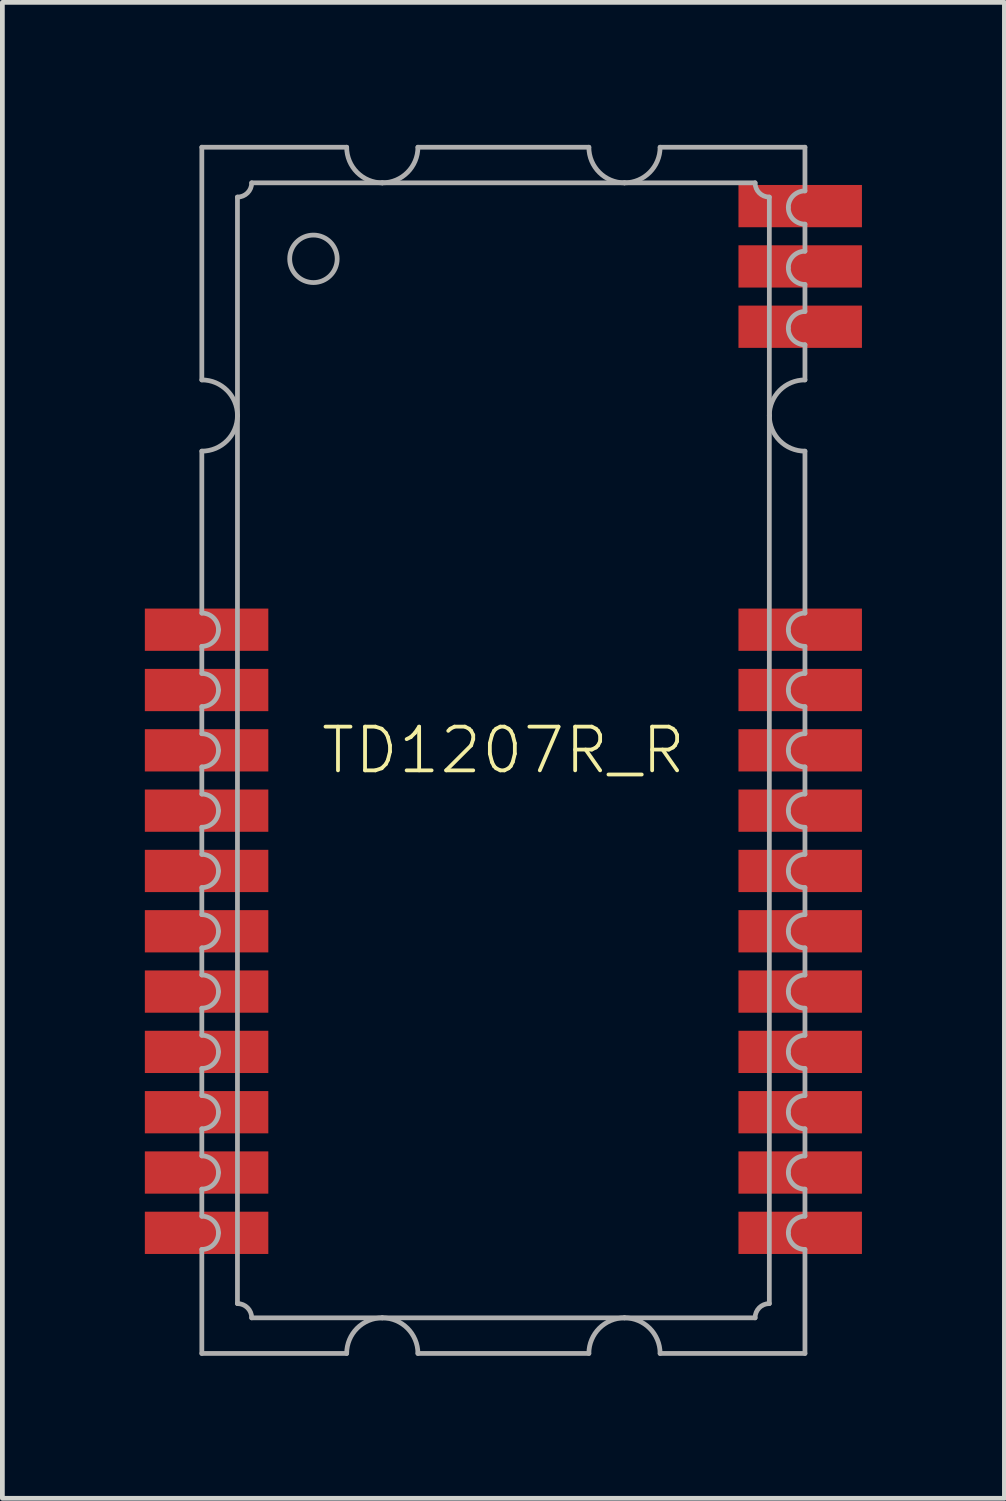
<source format=kicad_pcb>
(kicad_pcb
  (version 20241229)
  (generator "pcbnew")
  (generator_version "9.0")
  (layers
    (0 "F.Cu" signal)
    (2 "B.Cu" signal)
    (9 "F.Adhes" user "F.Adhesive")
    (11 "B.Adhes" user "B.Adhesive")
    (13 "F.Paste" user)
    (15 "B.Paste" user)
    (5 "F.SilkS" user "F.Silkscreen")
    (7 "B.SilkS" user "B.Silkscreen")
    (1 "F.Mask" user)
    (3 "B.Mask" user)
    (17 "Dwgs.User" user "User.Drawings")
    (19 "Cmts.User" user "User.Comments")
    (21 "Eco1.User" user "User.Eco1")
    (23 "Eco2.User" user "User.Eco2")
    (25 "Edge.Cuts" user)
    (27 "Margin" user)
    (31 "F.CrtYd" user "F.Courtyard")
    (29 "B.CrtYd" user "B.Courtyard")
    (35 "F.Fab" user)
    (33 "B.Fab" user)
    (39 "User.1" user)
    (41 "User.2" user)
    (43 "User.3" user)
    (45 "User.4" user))
  (footprint "TD1207R_R"
    (layer "F.Cu")
    (at 7.55 12.75)
    (property "Reference" "TD1207R_R" (at 0 0 0) (unlocked yes) (layer "F.SilkS") (effects (font (size 0.92 0.92) (thickness 0.08))))
    (fp_poly (pts (xy -4.95 -2.095) (xy -7.55 -2.095) (xy -7.55 -2.985) (xy -4.95 -2.985)) (stroke (width 0) (type default)) (fill yes) (layer "F.Paste"))
    (fp_poly (pts (xy -4.95 -0.825) (xy -7.55 -0.825) (xy -7.55 -1.715) (xy -4.95 -1.715)) (stroke (width 0) (type default)) (fill yes) (layer "F.Paste"))
    (fp_poly (pts (xy -4.95 0.445) (xy -7.55 0.445) (xy -7.55 -0.445) (xy -4.95 -0.445)) (stroke (width 0) (type default)) (fill yes) (layer "F.Paste"))
    (fp_poly (pts (xy -4.95 1.715) (xy -7.55 1.715) (xy -7.55 0.825) (xy -4.95 0.825)) (stroke (width 0) (type default)) (fill yes) (layer "F.Paste"))
    (fp_poly (pts (xy -4.95 2.985) (xy -7.55 2.985) (xy -7.55 2.095) (xy -4.95 2.095)) (stroke (width 0) (type default)) (fill yes) (layer "F.Paste"))
    (fp_poly (pts (xy -4.95 4.255) (xy -7.55 4.255) (xy -7.55 3.365) (xy -4.95 3.365)) (stroke (width 0) (type default)) (fill yes) (layer "F.Paste"))
    (fp_poly (pts (xy -4.95 5.525) (xy -7.55 5.525) (xy -7.55 4.635) (xy -4.95 4.635)) (stroke (width 0) (type default)) (fill yes) (layer "F.Paste"))
    (fp_poly (pts (xy -4.95 6.795) (xy -7.55 6.795) (xy -7.55 5.905) (xy -4.95 5.905)) (stroke (width 0) (type default)) (fill yes) (layer "F.Paste"))
    (fp_poly (pts (xy -4.95 8.065) (xy -7.55 8.065) (xy -7.55 7.175) (xy -4.95 7.175)) (stroke (width 0) (type default)) (fill yes) (layer "F.Paste"))
    (fp_poly (pts (xy -4.95 9.335) (xy -7.55 9.335) (xy -7.55 8.445) (xy -4.95 8.445)) (stroke (width 0) (type default)) (fill yes) (layer "F.Paste"))
    (fp_poly (pts (xy -4.95 10.605) (xy -7.55 10.605) (xy -7.55 9.715) (xy -4.95 9.715)) (stroke (width 0) (type default)) (fill yes) (layer "F.Paste"))
    (fp_poly (pts (xy 7.55 -11.015) (xy 4.95 -11.015) (xy 4.95 -11.905) (xy 7.55 -11.905)) (stroke (width 0) (type default)) (fill yes) (layer "F.Paste"))
    (fp_poly (pts (xy 7.55 -9.745) (xy 4.95 -9.745) (xy 4.95 -10.635) (xy 7.55 -10.635)) (stroke (width 0) (type default)) (fill yes) (layer "F.Paste"))
    (fp_poly (pts (xy 7.55 -8.475) (xy 4.95 -8.475) (xy 4.95 -9.365) (xy 7.55 -9.365)) (stroke (width 0) (type default)) (fill yes) (layer "F.Paste"))
    (fp_poly (pts (xy 7.55 -2.095) (xy 4.95 -2.095) (xy 4.95 -2.985) (xy 7.55 -2.985)) (stroke (width 0) (type default)) (fill yes) (layer "F.Paste"))
    (fp_poly (pts (xy 7.55 -0.825) (xy 4.95 -0.825) (xy 4.95 -1.715) (xy 7.55 -1.715)) (stroke (width 0) (type default)) (fill yes) (layer "F.Paste"))
    (fp_poly (pts (xy 7.55 0.445) (xy 4.95 0.445) (xy 4.95 -0.445) (xy 7.55 -0.445)) (stroke (width 0) (type default)) (fill yes) (layer "F.Paste"))
    (fp_poly (pts (xy 7.55 1.715) (xy 4.95 1.715) (xy 4.95 0.825) (xy 7.55 0.825)) (stroke (width 0) (type default)) (fill yes) (layer "F.Paste"))
    (fp_poly (pts (xy 7.55 2.985) (xy 4.95 2.985) (xy 4.95 2.095) (xy 7.55 2.095)) (stroke (width 0) (type default)) (fill yes) (layer "F.Paste"))
    (fp_poly (pts (xy 7.55 4.255) (xy 4.95 4.255) (xy 4.95 3.365) (xy 7.55 3.365)) (stroke (width 0) (type default)) (fill yes) (layer "F.Paste"))
    (fp_poly (pts (xy 7.55 5.525) (xy 4.95 5.525) (xy 4.95 4.635) (xy 7.55 4.635)) (stroke (width 0) (type default)) (fill yes) (layer "F.Paste"))
    (fp_poly (pts (xy 7.55 6.795) (xy 4.95 6.795) (xy 4.95 5.905) (xy 7.55 5.905)) (stroke (width 0) (type default)) (fill yes) (layer "F.Paste"))
    (fp_poly (pts (xy 7.55 8.065) (xy 4.95 8.065) (xy 4.95 7.175) (xy 7.55 7.175)) (stroke (width 0) (type default)) (fill yes) (layer "F.Paste"))
    (fp_poly (pts (xy 7.55 9.335) (xy 4.95 9.335) (xy 4.95 8.445) (xy 7.55 8.445)) (stroke (width 0) (type default)) (fill yes) (layer "F.Paste"))
    (fp_poly (pts (xy 7.55 10.605) (xy 4.95 10.605) (xy 4.95 9.715) (xy 7.55 9.715)) (stroke (width 0) (type default)) (fill yes) (layer "F.Paste"))
    (fp_line (start -6.35 -12.7) (end -3.3 -12.7) (stroke (width 0.1) (type solid)) (layer "F.Fab"))
    (fp_line (start -6.35 -7.8) (end -6.35 -12.7) (stroke (width 0.1) (type solid)) (layer "F.Fab"))
    (fp_line (start -6.35 -2.89) (end -6.35 -6.3) (stroke (width 0.1) (type solid)) (layer "F.Fab"))
    (fp_line (start -6.35 -1.62) (end -6.35 -2.19) (stroke (width 0.1) (type solid)) (layer "F.Fab"))
    (fp_line (start -6.35 -0.35) (end -6.35 -0.92) (stroke (width 0.1) (type solid)) (layer "F.Fab"))
    (fp_line (start -6.35 0.92) (end -6.35 0.35) (stroke (width 0.1) (type solid)) (layer "F.Fab"))
    (fp_line (start -6.35 2.19) (end -6.35 1.62) (stroke (width 0.1) (type solid)) (layer "F.Fab"))
    (fp_line (start -6.35 3.46) (end -6.35 2.89) (stroke (width 0.1) (type solid)) (layer "F.Fab"))
    (fp_line (start -6.35 4.73) (end -6.35 4.16) (stroke (width 0.1) (type solid)) (layer "F.Fab"))
    (fp_line (start -6.35 6) (end -6.35 5.43) (stroke (width 0.1) (type solid)) (layer "F.Fab"))
    (fp_line (start -6.35 7.27) (end -6.35 6.7) (stroke (width 0.1) (type solid)) (layer "F.Fab"))
    (fp_line (start -6.35 8.54) (end -6.35 7.97) (stroke (width 0.1) (type solid)) (layer "F.Fab"))
    (fp_line (start -6.35 9.81) (end -6.35 9.24) (stroke (width 0.1) (type solid)) (layer "F.Fab"))
    (fp_line (start -6.35 12.7) (end -6.35 10.51) (stroke (width 0.1) (type solid)) (layer "F.Fab"))
    (fp_line (start -6.35 12.7) (end -3.3 12.7) (stroke (width 0.1) (type solid)) (layer "F.Fab"))
    (fp_line (start -5.6 -7.05) (end -5.6 -11.65) (stroke (width 0.1) (type solid)) (layer "F.Fab"))
    (fp_line (start -5.6 11.65) (end -5.6 -7.05) (stroke (width 0.1) (type solid)) (layer "F.Fab"))
    (fp_line (start -5.3 -11.95) (end -2.55 -11.95) (stroke (width 0.1) (type solid)) (layer "F.Fab"))
    (fp_line (start -2.55 -11.95) (end 2.55 -11.95) (stroke (width 0.1) (type solid)) (layer "F.Fab"))
    (fp_line (start -2.55 11.95) (end -5.3 11.95) (stroke (width 0.1) (type solid)) (layer "F.Fab"))
    (fp_line (start -1.8 -12.7) (end 1.8 -12.7) (stroke (width 0.1) (type solid)) (layer "F.Fab"))
    (fp_line (start -1.8 12.7) (end 1.8 12.7) (stroke (width 0.1) (type solid)) (layer "F.Fab"))
    (fp_line (start 2.55 -11.95) (end 5.3 -11.95) (stroke (width 0.1) (type solid)) (layer "F.Fab"))
    (fp_line (start 2.55 11.95) (end -2.55 11.95) (stroke (width 0.1) (type solid)) (layer "F.Fab"))
    (fp_line (start 3.3 -12.7) (end 6.35 -12.7) (stroke (width 0.1) (type solid)) (layer "F.Fab"))
    (fp_line (start 3.3 12.7) (end 6.35 12.7) (stroke (width 0.1) (type solid)) (layer "F.Fab"))
    (fp_line (start 5.3 11.95) (end 2.55 11.95) (stroke (width 0.1) (type solid)) (layer "F.Fab"))
    (fp_line (start 5.6 -11.65) (end 5.6 -7.05) (stroke (width 0.1) (type solid)) (layer "F.Fab"))
    (fp_line (start 5.6 -7.05) (end 5.6 11.65) (stroke (width 0.1) (type solid)) (layer "F.Fab"))
    (fp_line (start 6.35 -11.78) (end 6.35 -12.7) (stroke (width 0.1) (type solid)) (layer "F.Fab"))
    (fp_line (start 6.35 -10.51) (end 6.35 -11.08) (stroke (width 0.1) (type solid)) (layer "F.Fab"))
    (fp_line (start 6.35 -9.24) (end 6.35 -9.81) (stroke (width 0.1) (type solid)) (layer "F.Fab"))
    (fp_line (start 6.35 -7.8) (end 6.35 -8.54) (stroke (width 0.1) (type solid)) (layer "F.Fab"))
    (fp_line (start 6.35 -2.89) (end 6.35 -6.3) (stroke (width 0.1) (type solid)) (layer "F.Fab"))
    (fp_line (start 6.35 -1.62) (end 6.35 -2.19) (stroke (width 0.1) (type solid)) (layer "F.Fab"))
    (fp_line (start 6.35 -0.35) (end 6.35 -0.92) (stroke (width 0.1) (type solid)) (layer "F.Fab"))
    (fp_line (start 6.35 0.92) (end 6.35 0.35) (stroke (width 0.1) (type solid)) (layer "F.Fab"))
    (fp_line (start 6.35 2.19) (end 6.35 1.62) (stroke (width 0.1) (type solid)) (layer "F.Fab"))
    (fp_line (start 6.35 3.46) (end 6.35 2.89) (stroke (width 0.1) (type solid)) (layer "F.Fab"))
    (fp_line (start 6.35 4.73) (end 6.35 4.16) (stroke (width 0.1) (type solid)) (layer "F.Fab"))
    (fp_line (start 6.35 6) (end 6.35 5.43) (stroke (width 0.1) (type solid)) (layer "F.Fab"))
    (fp_line (start 6.35 7.27) (end 6.35 6.7) (stroke (width 0.1) (type solid)) (layer "F.Fab"))
    (fp_line (start 6.35 8.54) (end 6.35 7.97) (stroke (width 0.1) (type solid)) (layer "F.Fab"))
    (fp_line (start 6.35 9.81) (end 6.35 9.24) (stroke (width 0.1) (type solid)) (layer "F.Fab"))
    (fp_line (start 6.35 12.7) (end 6.35 10.51) (stroke (width 0.1) (type solid)) (layer "F.Fab"))
    (fp_arc (start -6.35 -7.8) (mid -5.81967 -7.58033) (end -5.6 -7.05) (stroke (width 0.1) (type solid)) (layer "F.Fab"))
    (fp_arc (start -6.35 -2.89) (mid -6.102513 -2.787487) (end -6 -2.54) (stroke (width 0.1) (type solid)) (layer "F.Fab"))
    (fp_arc (start -6.35 -1.62) (mid -6.102513 -1.517487) (end -6 -1.27) (stroke (width 0.1) (type solid)) (layer "F.Fab"))
    (fp_arc (start -6.35 -0.35) (mid -6.102513 -0.247487) (end -6 0) (stroke (width 0.1) (type solid)) (layer "F.Fab"))
    (fp_arc (start -6.35 0.92) (mid -6.102513 1.022513) (end -6 1.27) (stroke (width 0.1) (type solid)) (layer "F.Fab"))
    (fp_arc (start -6.35 2.19) (mid -6.102513 2.292513) (end -6 2.54) (stroke (width 0.1) (type solid)) (layer "F.Fab"))
    (fp_arc (start -6.35 3.46) (mid -6.102513 3.562513) (end -6 3.81) (stroke (width 0.1) (type solid)) (layer "F.Fab"))
    (fp_arc (start -6.35 4.73) (mid -6.102513 4.832513) (end -6 5.08) (stroke (width 0.1) (type solid)) (layer "F.Fab"))
    (fp_arc (start -6.35 6) (mid -6.102513 6.102513) (end -6 6.35) (stroke (width 0.1) (type solid)) (layer "F.Fab"))
    (fp_arc (start -6.35 7.27) (mid -6.102513 7.372513) (end -6 7.62) (stroke (width 0.1) (type solid)) (layer "F.Fab"))
    (fp_arc (start -6.35 8.54) (mid -6.102513 8.642513) (end -6 8.89) (stroke (width 0.1) (type solid)) (layer "F.Fab"))
    (fp_arc (start -6.35 9.81) (mid -6.102513 9.912513) (end -6 10.16) (stroke (width 0.1) (type solid)) (layer "F.Fab"))
    (fp_arc (start -6 -2.54) (mid -6.102513 -2.292513) (end -6.35 -2.19) (stroke (width 0.1) (type solid)) (layer "F.Fab"))
    (fp_arc (start -6 -1.27) (mid -6.102513 -1.022513) (end -6.35 -0.92) (stroke (width 0.1) (type solid)) (layer "F.Fab"))
    (fp_arc (start -6 0) (mid -6.102513 0.247487) (end -6.35 0.35) (stroke (width 0.1) (type solid)) (layer "F.Fab"))
    (fp_arc (start -6 1.27) (mid -6.102513 1.517487) (end -6.35 1.62) (stroke (width 0.1) (type solid)) (layer "F.Fab"))
    (fp_arc (start -6 2.54) (mid -6.102513 2.787487) (end -6.35 2.89) (stroke (width 0.1) (type solid)) (layer "F.Fab"))
    (fp_arc (start -6 3.81) (mid -6.102513 4.057487) (end -6.35 4.16) (stroke (width 0.1) (type solid)) (layer "F.Fab"))
    (fp_arc (start -6 5.08) (mid -6.102513 5.327487) (end -6.35 5.43) (stroke (width 0.1) (type solid)) (layer "F.Fab"))
    (fp_arc (start -6 6.35) (mid -6.102513 6.597487) (end -6.35 6.7) (stroke (width 0.1) (type solid)) (layer "F.Fab"))
    (fp_arc (start -6 7.62) (mid -6.102513 7.867487) (end -6.35 7.97) (stroke (width 0.1) (type solid)) (layer "F.Fab"))
    (fp_arc (start -6 8.89) (mid -6.102513 9.137487) (end -6.35 9.24) (stroke (width 0.1) (type solid)) (layer "F.Fab"))
    (fp_arc (start -6 10.16) (mid -6.102513 10.407487) (end -6.35 10.51) (stroke (width 0.1) (type solid)) (layer "F.Fab"))
    (fp_arc (start -5.6 -7.05) (mid -5.81967 -6.51967) (end -6.35 -6.3) (stroke (width 0.1) (type solid)) (layer "F.Fab"))
    (fp_arc (start -5.6 11.65) (mid -5.387868 11.737868) (end -5.3 11.95) (stroke (width 0.1) (type solid)) (layer "F.Fab"))
    (fp_arc (start -5.3 -11.95) (mid -5.387868 -11.737868) (end -5.6 -11.65) (stroke (width 0.1) (type solid)) (layer "F.Fab"))
    (fp_arc (start -3.3 12.7) (mid -3.08033 12.16967) (end -2.55 11.95) (stroke (width 0.1) (type solid)) (layer "F.Fab"))
    (fp_arc (start -2.55 -11.95) (mid -3.08033 -12.16967) (end -3.3 -12.7) (stroke (width 0.1) (type solid)) (layer "F.Fab"))
    (fp_arc (start -2.55 11.95) (mid -2.01967 12.16967) (end -1.8 12.7) (stroke (width 0.1) (type solid)) (layer "F.Fab"))
    (fp_arc (start -1.8 -12.7) (mid -2.01967 -12.16967) (end -2.55 -11.95) (stroke (width 0.1) (type solid)) (layer "F.Fab"))
    (fp_arc (start 1.8 12.7) (mid 2.01967 12.16967) (end 2.55 11.95) (stroke (width 0.1) (type solid)) (layer "F.Fab"))
    (fp_arc (start 2.55 -11.95) (mid 2.01967 -12.16967) (end 1.8 -12.7) (stroke (width 0.1) (type solid)) (layer "F.Fab"))
    (fp_arc (start 2.55 11.95) (mid 3.08033 12.16967) (end 3.3 12.7) (stroke (width 0.1) (type solid)) (layer "F.Fab"))
    (fp_arc (start 3.3 -12.7) (mid 3.08033 -12.16967) (end 2.55 -11.95) (stroke (width 0.1) (type solid)) (layer "F.Fab"))
    (fp_arc (start 5.3 11.95) (mid 5.387868 11.737868) (end 5.6 11.65) (stroke (width 0.1) (type solid)) (layer "F.Fab"))
    (fp_arc (start 5.6 -11.65) (mid 5.387868 -11.737868) (end 5.3 -11.95) (stroke (width 0.1) (type solid)) (layer "F.Fab"))
    (fp_arc (start 5.6 -7.05) (mid 5.81967 -7.58033) (end 6.35 -7.8) (stroke (width 0.1) (type solid)) (layer "F.Fab"))
    (fp_arc (start 6 -11.43) (mid 6.102513 -11.677487) (end 6.35 -11.78) (stroke (width 0.1) (type solid)) (layer "F.Fab"))
    (fp_arc (start 6 -10.16) (mid 6.102513 -10.407487) (end 6.35 -10.51) (stroke (width 0.1) (type solid)) (layer "F.Fab"))
    (fp_arc (start 6 -8.89) (mid 6.102513 -9.137487) (end 6.35 -9.24) (stroke (width 0.1) (type solid)) (layer "F.Fab"))
    (fp_arc (start 6 -2.54) (mid 6.102513 -2.787487) (end 6.35 -2.89) (stroke (width 0.1) (type solid)) (layer "F.Fab"))
    (fp_arc (start 6 -1.27) (mid 6.102513 -1.517487) (end 6.35 -1.62) (stroke (width 0.1) (type solid)) (layer "F.Fab"))
    (fp_arc (start 6 0) (mid 6.102513 -0.247487) (end 6.35 -0.35) (stroke (width 0.1) (type solid)) (layer "F.Fab"))
    (fp_arc (start 6 1.27) (mid 6.102513 1.022513) (end 6.35 0.92) (stroke (width 0.1) (type solid)) (layer "F.Fab"))
    (fp_arc (start 6 2.54) (mid 6.102513 2.292513) (end 6.35 2.19) (stroke (width 0.1) (type solid)) (layer "F.Fab"))
    (fp_arc (start 6 3.81) (mid 6.102513 3.562513) (end 6.35 3.46) (stroke (width 0.1) (type solid)) (layer "F.Fab"))
    (fp_arc (start 6 5.08) (mid 6.102513 4.832513) (end 6.35 4.73) (stroke (width 0.1) (type solid)) (layer "F.Fab"))
    (fp_arc (start 6 6.35) (mid 6.102513 6.102513) (end 6.35 6) (stroke (width 0.1) (type solid)) (layer "F.Fab"))
    (fp_arc (start 6 7.62) (mid 6.102513 7.372513) (end 6.35 7.27) (stroke (width 0.1) (type solid)) (layer "F.Fab"))
    (fp_arc (start 6 8.89) (mid 6.102513 8.642513) (end 6.35 8.54) (stroke (width 0.1) (type solid)) (layer "F.Fab"))
    (fp_arc (start 6 10.16) (mid 6.102513 9.912513) (end 6.35 9.81) (stroke (width 0.1) (type solid)) (layer "F.Fab"))
    (fp_arc (start 6.35 -11.08) (mid 6.102513 -11.182513) (end 6 -11.43) (stroke (width 0.1) (type solid)) (layer "F.Fab"))
    (fp_arc (start 6.35 -9.81) (mid 6.102513 -9.912513) (end 6 -10.16) (stroke (width 0.1) (type solid)) (layer "F.Fab"))
    (fp_arc (start 6.35 -8.54) (mid 6.102513 -8.642513) (end 6 -8.89) (stroke (width 0.1) (type solid)) (layer "F.Fab"))
    (fp_arc (start 6.35 -6.3) (mid 5.81967 -6.51967) (end 5.6 -7.05) (stroke (width 0.1) (type solid)) (layer "F.Fab"))
    (fp_arc (start 6.35 -2.19) (mid 6.102513 -2.292513) (end 6 -2.54) (stroke (width 0.1) (type solid)) (layer "F.Fab"))
    (fp_arc (start 6.35 -0.92) (mid 6.102513 -1.022513) (end 6 -1.27) (stroke (width 0.1) (type solid)) (layer "F.Fab"))
    (fp_arc (start 6.35 0.35) (mid 6.102513 0.247487) (end 6 0) (stroke (width 0.1) (type solid)) (layer "F.Fab"))
    (fp_arc (start 6.35 1.62) (mid 6.102513 1.517487) (end 6 1.27) (stroke (width 0.1) (type solid)) (layer "F.Fab"))
    (fp_arc (start 6.35 2.89) (mid 6.102513 2.787487) (end 6 2.54) (stroke (width 0.1) (type solid)) (layer "F.Fab"))
    (fp_arc (start 6.35 4.16) (mid 6.102513 4.057487) (end 6 3.81) (stroke (width 0.1) (type solid)) (layer "F.Fab"))
    (fp_arc (start 6.35 5.43) (mid 6.102513 5.327487) (end 6 5.08) (stroke (width 0.1) (type solid)) (layer "F.Fab"))
    (fp_arc (start 6.35 6.7) (mid 6.102513 6.597487) (end 6 6.35) (stroke (width 0.1) (type solid)) (layer "F.Fab"))
    (fp_arc (start 6.35 7.97) (mid 6.102513 7.867487) (end 6 7.62) (stroke (width 0.1) (type solid)) (layer "F.Fab"))
    (fp_arc (start 6.35 9.24) (mid 6.102513 9.137487) (end 6 8.89) (stroke (width 0.1) (type solid)) (layer "F.Fab"))
    (fp_arc (start 6.35 10.51) (mid 6.102513 10.407487) (end 6 10.16) (stroke (width 0.1) (type solid)) (layer "F.Fab"))
    (fp_circle (center -4 -10.35) (end -3.5 -10.35) (stroke (width 0.1) (type solid)) (fill no) (layer "F.Fab"))
    (pad "1" smd rect (at -6.25 -2.54 90) (size 0.89 2.6) (layers "F.Cu" "F.Mask"))
    (pad "2" smd rect (at -6.25 -1.27 90) (size 0.89 2.6) (layers "F.Cu" "F.Mask"))
    (pad "3" smd rect (at -6.25 0 90) (size 0.89 2.6) (layers "F.Cu" "F.Mask"))
    (pad "4" smd rect (at -6.25 1.27 90) (size 0.89 2.6) (layers "F.Cu" "F.Mask"))
    (pad "5" smd rect (at -6.25 2.54 90) (size 0.89 2.6) (layers "F.Cu" "F.Mask"))
    (pad "6" smd rect (at -6.25 3.81 90) (size 0.89 2.6) (layers "F.Cu" "F.Mask"))
    (pad "7" smd rect (at -6.25 5.08 90) (size 0.89 2.6) (layers "F.Cu" "F.Mask"))
    (pad "8" smd rect (at -6.25 6.35 90) (size 0.89 2.6) (layers "F.Cu" "F.Mask"))
    (pad "9" smd rect (at -6.25 7.62 90) (size 0.89 2.6) (layers "F.Cu" "F.Mask"))
    (pad "10" smd rect (at -6.25 8.89 90) (size 0.89 2.6) (layers "F.Cu" "F.Mask"))
    (pad "11" smd rect (at -6.25 10.16 90) (size 0.89 2.6) (layers "F.Cu" "F.Mask"))
    (pad "12" smd rect (at 6.25 10.16 90) (size 0.89 2.6) (layers "F.Cu" "F.Mask"))
    (pad "13" smd rect (at 6.25 8.89 90) (size 0.89 2.6) (layers "F.Cu" "F.Mask"))
    (pad "14" smd rect (at 6.25 7.62 90) (size 0.89 2.6) (layers "F.Cu" "F.Mask"))
    (pad "15" smd rect (at 6.25 6.35 90) (size 0.89 2.6) (layers "F.Cu" "F.Mask"))
    (pad "16" smd rect (at 6.25 5.08 90) (size 0.89 2.6) (layers "F.Cu" "F.Mask"))
    (pad "17" smd rect (at 6.25 3.81 90) (size 0.89 2.6) (layers "F.Cu" "F.Mask"))
    (pad "18" smd rect (at 6.25 2.54 90) (size 0.89 2.6) (layers "F.Cu" "F.Mask"))
    (pad "19" smd rect (at 6.25 1.27 90) (size 0.89 2.6) (layers "F.Cu" "F.Mask"))
    (pad "20" smd rect (at 6.25 0 90) (size 0.89 2.6) (layers "F.Cu" "F.Mask"))
    (pad "21" smd rect (at 6.25 -1.27 90) (size 0.89 2.6) (layers "F.Cu" "F.Mask"))
    (pad "22" smd rect (at 6.25 -2.54 90) (size 0.89 2.6) (layers "F.Cu" "F.Mask"))
    (pad "23" smd rect (at 6.25 -8.92 90) (size 0.89 2.6) (layers "F.Cu" "F.Mask"))
    (pad "24" smd rect (at 6.25 -10.19 90) (size 0.89 2.6) (layers "F.Cu" "F.Mask"))
    (pad "25" smd rect (at 6.25 -11.46 90) (size 0.89 2.6) (layers "F.Cu" "F.Mask"))
    (zone (net_name "") (layer "F.Cu") (hatch edge 0.5) (connect_pads) (min_thickness 0.25) (filled_areas_thickness no) (keepout (tracks not_allowed) (vias not_allowed) (pads not_allowed) (copperpour not_allowed) (footprints allowed)) (placement (enabled no)) (fill) (polygon (pts (xy 8.5 5.29) (xy 12.5 5.29) (xy 12.5 1.29) (xy 8.5 1.29)))))
  (gr_rect
    (start -3 -3)
    (end 18.1 28.5)
    (stroke (width 0.1) (type default))
    (fill no)
    (layer "Edge.Cuts")))
</source>
